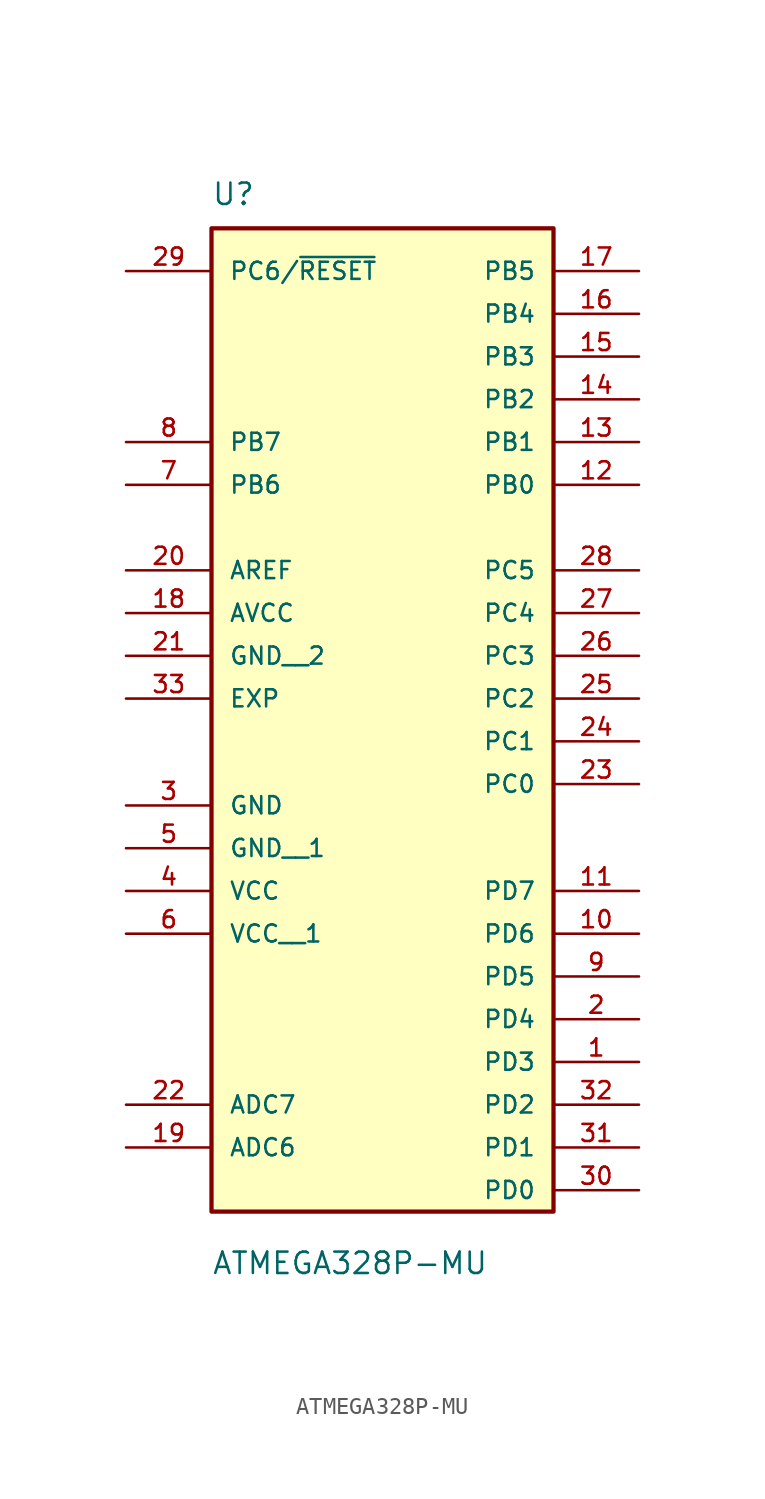
<source format=kicad_sym>
(kicad_symbol_lib
  (version 20231120)
  (generator "kicad_symbol_editor")
  (generator_version "8.0")
  (symbol "ATMEGA328P-MU"
    (pin_names
      (offset 1.016))
    (property "Reference" "U"
      (at -0.006 59.706 0)
      (effects (font (size 1.27 1.27)) (justify left bottom)))
    (property "Value" "ATMEGA328P-MU"
      (at 0 -3.81 0)
      (effects (font (size 1.27 1.27)) (justify left bottom)))
    (symbol "ATMEGA328P-MU_0_0"
      (rectangle (start 0 58.42) (end 20.32 0) (stroke (width 0.254) (type default)) (fill (type background)))
      (pin bidirectional line (at 25.4 8.89 180) (length 5.08) (name "PD3" (effects (font (size 1.016 1.016)))) (number "1" (effects (font (size 1.016 1.016)))))
      (pin bidirectional line (at 25.4 16.51 180) (length 5.08) (name "PD6" (effects (font (size 1.016 1.016)))) (number "10" (effects (font (size 1.016 1.016)))))
      (pin bidirectional line (at 25.4 19.05 180) (length 5.08) (name "PD7" (effects (font (size 1.016 1.016)))) (number "11" (effects (font (size 1.016 1.016)))))
      (pin bidirectional line (at 25.4 43.18 180) (length 5.08) (name "PB0" (effects (font (size 1.016 1.016)))) (number "12" (effects (font (size 1.016 1.016)))))
      (pin bidirectional line (at 25.4 45.72 180) (length 5.08) (name "PB1" (effects (font (size 1.016 1.016)))) (number "13" (effects (font (size 1.016 1.016)))))
      (pin bidirectional line (at 25.4 48.26 180) (length 5.08) (name "PB2" (effects (font (size 1.016 1.016)))) (number "14" (effects (font (size 1.016 1.016)))))
      (pin bidirectional line (at 25.4 50.8 180) (length 5.08) (name "PB3" (effects (font (size 1.016 1.016)))) (number "15" (effects (font (size 1.016 1.016)))))
      (pin bidirectional line (at 25.4 53.34 180) (length 5.08) (name "PB4" (effects (font (size 1.016 1.016)))) (number "16" (effects (font (size 1.016 1.016)))))
      (pin bidirectional line (at 25.4 55.88 180) (length 5.08) (name "PB5" (effects (font (size 1.016 1.016)))) (number "17" (effects (font (size 1.016 1.016)))))
      (pin power_in line (at -5.08 35.56 0) (length 5.08) (name "AVCC" (effects (font (size 1.016 1.016)))) (number "18" (effects (font (size 1.016 1.016)))))
      (pin bidirectional line (at -5.08 3.81 0) (length 5.08) (name "ADC6" (effects (font (size 1.016 1.016)))) (number "19" (effects (font (size 1.016 1.016)))))
      (pin bidirectional line (at 25.4 11.43 180) (length 5.08) (name "PD4" (effects (font (size 1.016 1.016)))) (number "2" (effects (font (size 1.016 1.016)))))
      (pin input line (at -5.08 38.1 0) (length 5.08) (name "AREF" (effects (font (size 1.016 1.016)))) (number "20" (effects (font (size 1.016 1.016)))))
      (pin power_in line (at -5.08 33.02 0) (length 5.08) (name "GND__2" (effects (font (size 1.016 1.016)))) (number "21" (effects (font (size 1.016 1.016)))))
      (pin bidirectional line (at -5.08 6.35 0) (length 5.08) (name "ADC7" (effects (font (size 1.016 1.016)))) (number "22" (effects (font (size 1.016 1.016)))))
      (pin bidirectional line (at 25.4 25.4 180) (length 5.08) (name "PC0" (effects (font (size 1.016 1.016)))) (number "23" (effects (font (size 1.016 1.016)))))
      (pin bidirectional line (at 25.4 27.94 180) (length 5.08) (name "PC1" (effects (font (size 1.016 1.016)))) (number "24" (effects (font (size 1.016 1.016)))))
      (pin bidirectional line (at 25.4 30.48 180) (length 5.08) (name "PC2" (effects (font (size 1.016 1.016)))) (number "25" (effects (font (size 1.016 1.016)))))
      (pin bidirectional line (at 25.4 33.02 180) (length 5.08) (name "PC3" (effects (font (size 1.016 1.016)))) (number "26" (effects (font (size 1.016 1.016)))))
      (pin bidirectional line (at 25.4 35.56 180) (length 5.08) (name "PC4" (effects (font (size 1.016 1.016)))) (number "27" (effects (font (size 1.016 1.016)))))
      (pin bidirectional line (at 25.4 38.1 180) (length 5.08) (name "PC5" (effects (font (size 1.016 1.016)))) (number "28" (effects (font (size 1.016 1.016)))))
      (pin bidirectional line (at -5.08 55.88 0) (length 5.08) (name "PC6/~{RESET}" (effects (font (size 1.016 1.016)))) (number "29" (effects (font (size 1.016 1.016)))))
      (pin power_in line (at -5.08 24.13 0) (length 5.08) (name "GND" (effects (font (size 1.016 1.016)))) (number "3" (effects (font (size 1.016 1.016)))))
      (pin bidirectional line (at 25.4 1.27 180) (length 5.08) (name "PD0" (effects (font (size 1.016 1.016)))) (number "30" (effects (font (size 1.016 1.016)))))
      (pin bidirectional line (at 25.4 3.81 180) (length 5.08) (name "PD1" (effects (font (size 1.016 1.016)))) (number "31" (effects (font (size 1.016 1.016)))))
      (pin bidirectional line (at 25.4 6.35 180) (length 5.08) (name "PD2" (effects (font (size 1.016 1.016)))) (number "32" (effects (font (size 1.016 1.016)))))
      (pin power_in line (at -5.08 30.48 0) (length 5.08) (name "EXP" (effects (font (size 1.016 1.016)))) (number "33" (effects (font (size 1.016 1.016)))))
      (pin power_in line (at -5.08 19.05 0) (length 5.08) (name "VCC" (effects (font (size 1.016 1.016)))) (number "4" (effects (font (size 1.016 1.016)))))
      (pin power_in line (at -5.08 21.59 0) (length 5.08) (name "GND__1" (effects (font (size 1.016 1.016)))) (number "5" (effects (font (size 1.016 1.016)))))
      (pin power_in line (at -5.08 16.51 0) (length 5.08) (name "VCC__1" (effects (font (size 1.016 1.016)))) (number "6" (effects (font (size 1.016 1.016)))))
      (pin bidirectional line (at -5.08 43.18 0) (length 5.08) (name "PB6" (effects (font (size 1.016 1.016)))) (number "7" (effects (font (size 1.016 1.016)))))
      (pin bidirectional line (at -5.08 45.72 0) (length 5.08) (name "PB7" (effects (font (size 1.016 1.016)))) (number "8" (effects (font (size 1.016 1.016)))))
      (pin bidirectional line (at 25.4 13.97 180) (length 5.08) (name "PD5" (effects (font (size 1.016 1.016)))) (number "9" (effects (font (size 1.016 1.016))))))))
</source>
